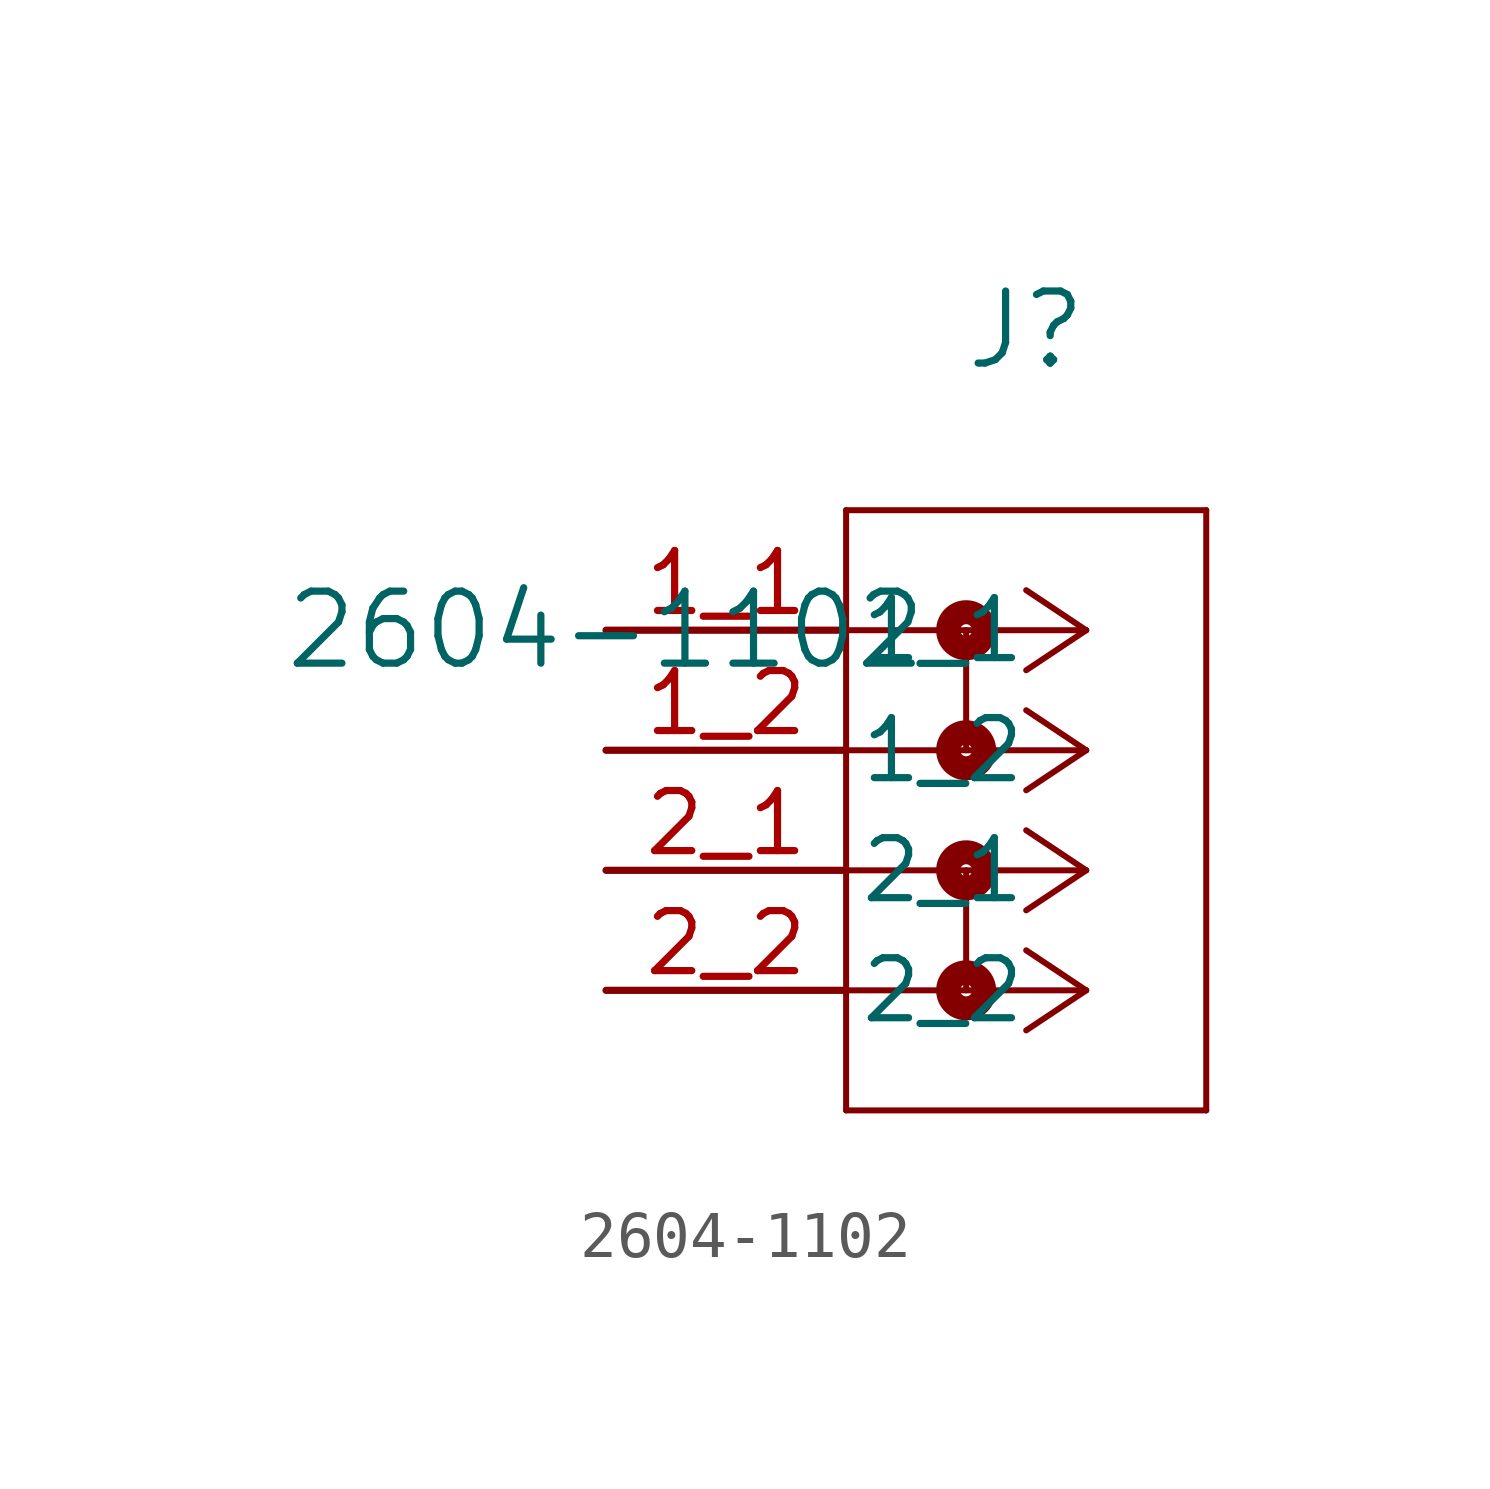
<source format=kicad_sym>
(kicad_symbol_lib
  (version 20211014)
  (generator kicad_symbol_editor)
  (symbol "2604-1102"
    (pin_names
      (offset 0.254))
    (property "Reference" "J"
      (at 8.89 6.35 0)
      (effects (font (size 1.524 1.524))))
    (property "Value" "2604-1102"
      (at 0 0 0)
      (effects (font (size 1.524 1.524))))
    (symbol "2604-1102_0_1"
      (polyline (pts (xy 10.16 0) (xy 5.08 0)) (stroke (width 0.127) (type default) (color 0 0 0 0)) (fill (type none)))
      (polyline (pts (xy 10.16 -2.54) (xy 5.08 -2.54)) (stroke (width 0.127) (type default) (color 0 0 0 0)) (fill (type none)))
      (polyline (pts (xy 10.16 -5.08) (xy 5.08 -5.08)) (stroke (width 0.127) (type default) (color 0 0 0 0)) (fill (type none)))
      (polyline (pts (xy 10.16 -7.62) (xy 5.08 -7.62)) (stroke (width 0.127) (type default) (color 0 0 0 0)) (fill (type none)))
      (polyline (pts (xy 10.16 0) (xy 8.89 0.847)) (stroke (width 0.127) (type default) (color 0 0 0 0)) (fill (type none)))
      (polyline (pts (xy 10.16 -2.54) (xy 8.89 -1.693)) (stroke (width 0.127) (type default) (color 0 0 0 0)) (fill (type none)))
      (polyline (pts (xy 10.16 -5.08) (xy 8.89 -4.233)) (stroke (width 0.127) (type default) (color 0 0 0 0)) (fill (type none)))
      (polyline (pts (xy 10.16 -7.62) (xy 8.89 -6.773)) (stroke (width 0.127) (type default) (color 0 0 0 0)) (fill (type none)))
      (polyline (pts (xy 10.16 0) (xy 8.89 -0.847)) (stroke (width 0.127) (type default) (color 0 0 0 0)) (fill (type none)))
      (polyline (pts (xy 10.16 -2.54) (xy 8.89 -3.387)) (stroke (width 0.127) (type default) (color 0 0 0 0)) (fill (type none)))
      (polyline (pts (xy 10.16 -5.08) (xy 8.89 -5.927)) (stroke (width 0.127) (type default) (color 0 0 0 0)) (fill (type none)))
      (polyline (pts (xy 10.16 -7.62) (xy 8.89 -8.467)) (stroke (width 0.127) (type default) (color 0 0 0 0)) (fill (type none)))
      (polyline (pts (xy 5.08 2.54) (xy 5.08 -10.16)) (stroke (width 0.127) (type default) (color 0 0 0 0)) (fill (type none)))
      (polyline (pts (xy 5.08 -10.16) (xy 12.7 -10.16)) (stroke (width 0.127) (type default) (color 0 0 0 0)) (fill (type none)))
      (polyline (pts (xy 12.7 -10.16) (xy 12.7 2.54)) (stroke (width 0.127) (type default) (color 0 0 0 0)) (fill (type none)))
      (polyline (pts (xy 12.7 2.54) (xy 5.08 2.54)) (stroke (width 0.127) (type default) (color 0 0 0 0)) (fill (type none)))
      (circle (center 7.62 0) (radius 0.127) (stroke (width 0.508) (type default) (color 0 0 0 0)) (fill (type none)))
      (polyline (pts (xy 7.62 0) (xy 7.62 -2.54)) (stroke (width 0.127) (type default) (color 0 0 0 0)) (fill (type none)))
      (circle (center 7.62 -2.54) (radius 0.127) (stroke (width 0.508) (type default) (color 0 0 0 0)) (fill (type none)))
      (circle (center 7.62 -5.08) (radius 0.127) (stroke (width 0.508) (type default) (color 0 0 0 0)) (fill (type none)))
      (polyline (pts (xy 7.62 -5.08) (xy 7.62 -7.62)) (stroke (width 0.127) (type default) (color 0 0 0 0)) (fill (type none)))
      (circle (center 7.62 -7.62) (radius 0.127) (stroke (width 0.508) (type default) (color 0 0 0 0)) (fill (type none)))
      (pin unspecified line (at 0 0 0) (length 5.08) (name "1_1" (effects (font (size 1.27 1.27)))) (number "1_1" (effects (font (size 1.27 1.27)))))
      (pin unspecified line (at 0 -2.54 0) (length 5.08) (name "1_2" (effects (font (size 1.27 1.27)))) (number "1_2" (effects (font (size 1.27 1.27)))))
      (pin unspecified line (at 0 -5.08 0) (length 5.08) (name "2_1" (effects (font (size 1.27 1.27)))) (number "2_1" (effects (font (size 1.27 1.27)))))
      (pin unspecified line (at 0 -7.62 0) (length 5.08) (name "2_2" (effects (font (size 1.27 1.27)))) (number "2_2" (effects (font (size 1.27 1.27))))))))
</source>
